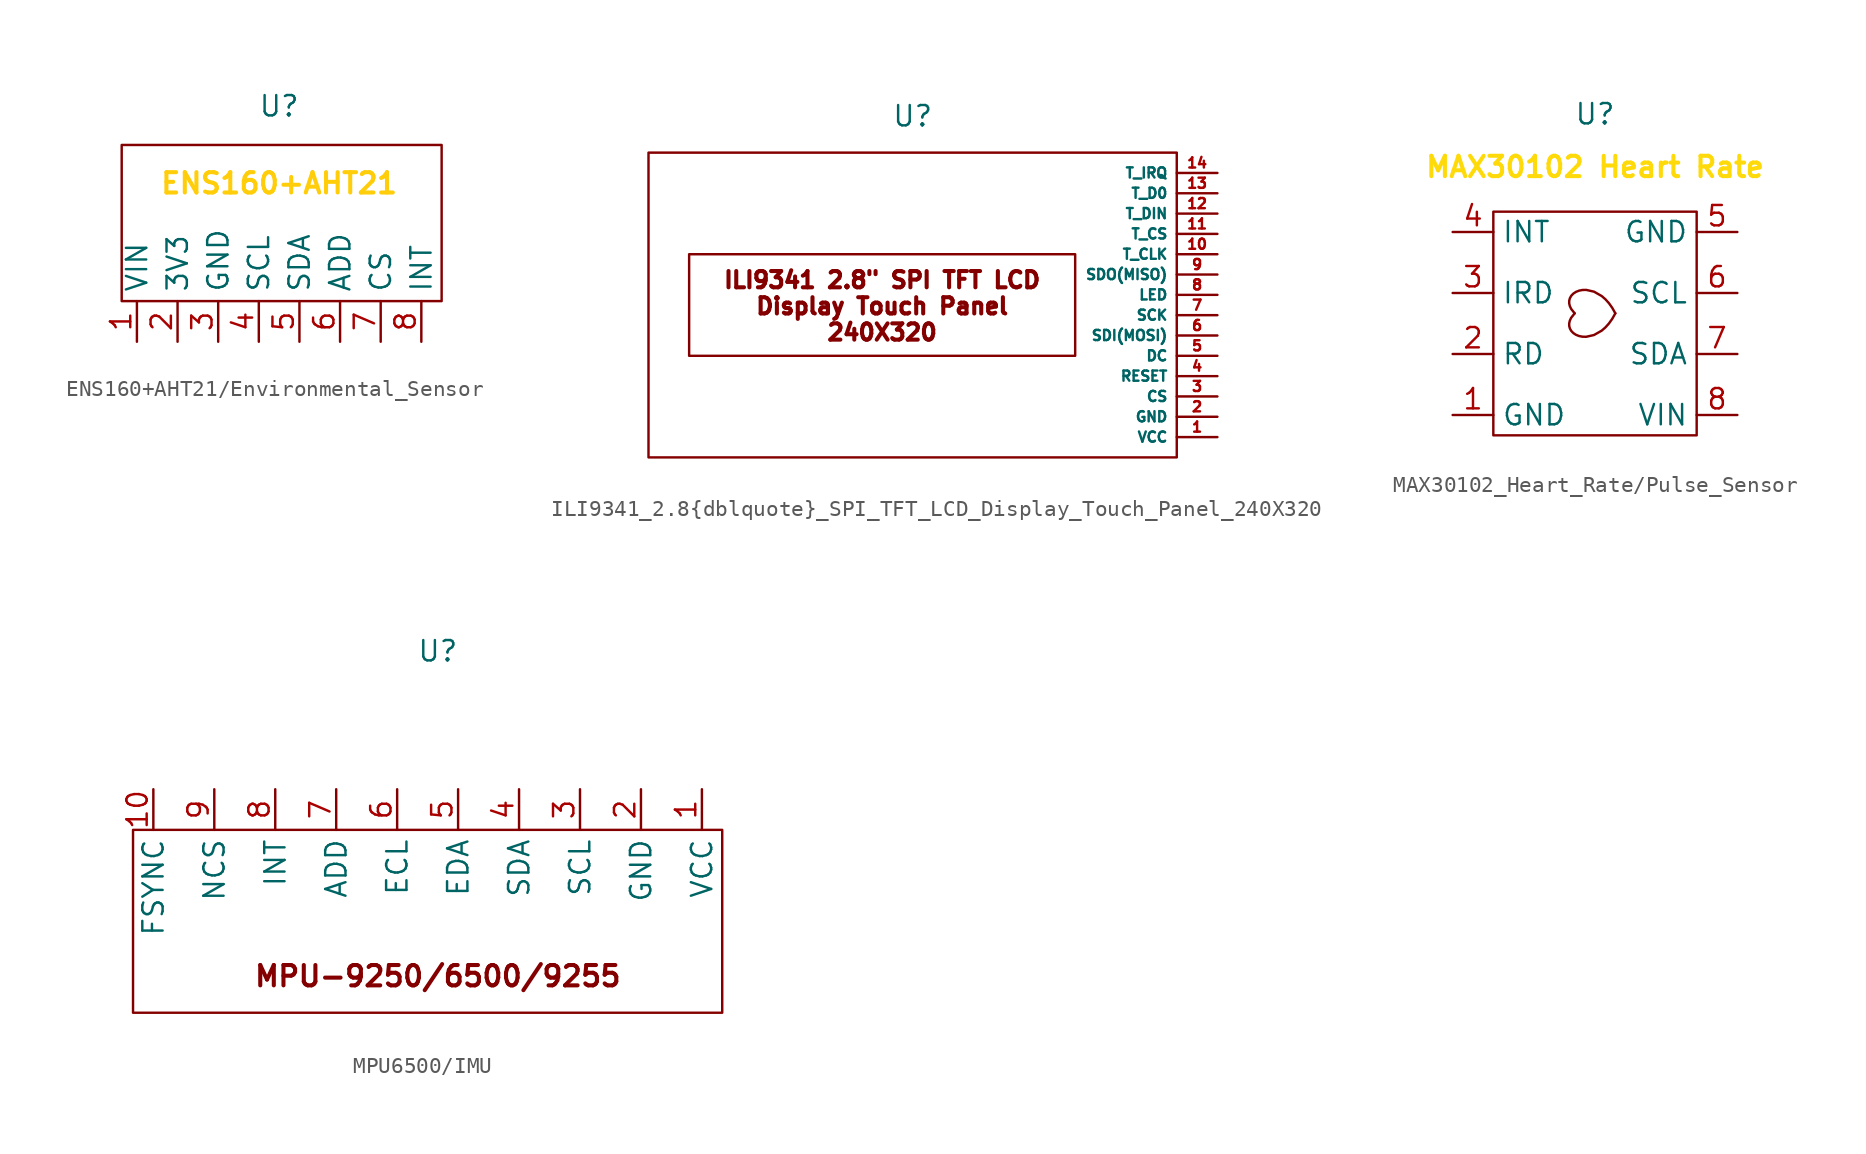
<source format=kicad_sym>
(kicad_symbol_lib
  (version 20241209)
  (generator "kicad_symbol_editor")
  (generator_version "9.0")
  (symbol "ENS160+AHT21/Environmental_Sensor"
    (property "Reference" "U"
      (at 0 7.112 0)
      (effects (font (size 1.27 1.27))))
    (property "Value" ""
      (at 1.27 0 0)
      (effects (font (size 1.27 1.27))))
    (symbol "ENS160+AHT21/Environmental_Sensor_0_1"
      (rectangle (start -9.842 4.683) (end 10.16 -5.08) (stroke (width 0) (type default)) (fill (type none))))
    (symbol "ENS160+AHT21/Environmental_Sensor_1_1"
      (text "ENS160+AHT21" (at 0 2.286 0) (effects (font (size 1.27 1.27) (thickness 0.254) (bold yes) (color 255 205 10 1))))
      (pin power_in line (at -8.89 -7.62 90) (length 2.54) (name "VIN" (effects (font (size 1.27 1.27)))) (number "1" (effects (font (size 1.27 1.27)))))
      (pin power_out line (at -6.35 -7.62 90) (length 2.54) (name "3V3" (effects (font (size 1.27 1.27)))) (number "2" (effects (font (size 1.27 1.27)))))
      (pin power_in line (at -3.81 -7.62 90) (length 2.54) (name "GND" (effects (font (size 1.27 1.27)))) (number "3" (effects (font (size 1.27 1.27)))))
      (pin input line (at -1.27 -7.62 90) (length 2.54) (name "SCL" (effects (font (size 1.27 1.27)))) (number "4" (effects (font (size 1.27 1.27)))))
      (pin bidirectional line (at 1.27 -7.62 90) (length 2.54) (name "SDA" (effects (font (size 1.27 1.27)))) (number "5" (effects (font (size 1.27 1.27)))))
      (pin input line (at 3.81 -7.62 90) (length 2.54) (name "ADD" (effects (font (size 1.27 1.27)))) (number "6" (effects (font (size 1.27 1.27)))))
      (pin input line (at 6.35 -7.62 90) (length 2.54) (name "CS" (effects (font (size 1.27 1.27)))) (number "7" (effects (font (size 1.27 1.27)))))
      (pin output line (at 8.89 -7.62 90) (length 2.54) (name "INT" (effects (font (size 1.27 1.27)))) (number "8" (effects (font (size 1.27 1.27)))))))
  (symbol "ILI9341_2.8{dblquote}_SPI_TFT_LCD_Display_Touch_Panel_240X320"
    (property "Reference" "U"
      (at 0 12.446 0)
      (effects (font (size 1.27 1.27))))
    (property "Value" ""
      (at 0 0 0)
      (effects (font (size 1.27 1.27))))
    (symbol "ILI9341_2.8{dblquote}_SPI_TFT_LCD_Display_Touch_Panel_240X320_0_1"
      (rectangle (start -16.51 10.16) (end 16.51 -8.89) (stroke (width 0) (type default)) (fill (type none))))
    (symbol "ILI9341_2.8{dblquote}_SPI_TFT_LCD_Display_Touch_Panel_240X320_1_1"
      (text_box "ILI9341 2.8\" SPI TFT LCD Display Touch Panel 240X320" (at -13.97 3.81 0) (size 24.13 -6.35) (margins 1.016 1.016 1.016 1.016) (stroke (width 0) (type solid)) (fill (type none)) (effects (font (size 1.016 1.016) (thickness 0.254) (bold yes)) (justify top)))
      (pin output line (at 19.05 8.89 180) (length 2.54) (name "T_IRQ" (effects (font (size 0.635 0.635)))) (number "14" (effects (font (size 0.635 0.635)))))
      (pin output line (at 19.05 7.62 180) (length 2.54) (name "T_D0" (effects (font (size 0.635 0.635)))) (number "13" (effects (font (size 0.635 0.635)))))
      (pin output line (at 19.05 6.35 180) (length 2.54) (name "T_DIN" (effects (font (size 0.635 0.635)))) (number "12" (effects (font (size 0.635 0.635)))))
      (pin input line (at 19.05 5.08 180) (length 2.54) (name "T_CS" (effects (font (size 0.635 0.635)))) (number "11" (effects (font (size 0.635 0.635)))))
      (pin input line (at 19.05 3.81 180) (length 2.54) (name "T_CLK" (effects (font (size 0.635 0.635)))) (number "10" (effects (font (size 0.635 0.635)))))
      (pin output line (at 19.05 2.54 180) (length 2.54) (name "SDO(MISO)" (effects (font (size 0.635 0.635)))) (number "9" (effects (font (size 0.635 0.635)))))
      (pin input line (at 19.05 1.27 180) (length 2.54) (name "LED" (effects (font (size 0.635 0.635)))) (number "8" (effects (font (size 0.635 0.635)))))
      (pin input line (at 19.05 0 180) (length 2.54) (name "SCK" (effects (font (size 0.635 0.635)))) (number "7" (effects (font (size 0.635 0.635)))))
      (pin input line (at 19.05 -1.27 180) (length 2.54) (name "SDI(MOSI)" (effects (font (size 0.635 0.635)))) (number "6" (effects (font (size 0.635 0.635)))))
      (pin output line (at 19.05 -2.54 180) (length 2.54) (name "DC" (effects (font (size 0.635 0.635)))) (number "5" (effects (font (size 0.635 0.635)))))
      (pin input line (at 19.05 -3.81 180) (length 2.54) (name "RESET" (effects (font (size 0.635 0.635)))) (number "4" (effects (font (size 0.635 0.635)))))
      (pin input line (at 19.05 -5.08 180) (length 2.54) (name "CS" (effects (font (size 0.635 0.635)))) (number "3" (effects (font (size 0.635 0.635)))))
      (pin power_in line (at 19.05 -6.35 180) (length 2.54) (name "GND" (effects (font (size 0.635 0.635)))) (number "2" (effects (font (size 0.635 0.635)))))
      (pin power_in line (at 19.05 -7.62 180) (length 2.54) (name "VCC" (effects (font (size 0.635 0.635)))) (number "1" (effects (font (size 0.635 0.635)))))))
  (symbol "MAX30102_Heart_Rate/Pulse_Sensor"
    (property "Reference" "U"
      (at 0 12.446 0)
      (effects (font (size 1.27 1.27))))
    (property "Value" ""
      (at -2.54 2.54 0)
      (effects (font (size 1.27 1.27))))
    (symbol "MAX30102_Heart_Rate/Pulse_Sensor_0_1"
      (rectangle (start -6.35 6.35) (end 6.35 -7.62) (stroke (width 0) (type default)) (fill (type none)))
      (bezier (pts (xy 1.27 0) (xy 0 2.54) (xy -2.54 1.27) (xy -1.27 0)) (stroke (width 0) (type default)) (fill (type none)))
      (bezier (pts (xy 1.27 0) (xy 0 -2.54) (xy -2.54 -1.27) (xy -1.27 0)) (stroke (width 0) (type default)) (fill (type none))))
    (symbol "MAX30102_Heart_Rate/Pulse_Sensor_1_1"
      (text "MAX30102 Heart Rate" (at 0 9.144 0) (effects (font (size 1.27 1.27) (thickness 0.254) (bold yes) (color 255 218 11 1))))
      (pin output line (at -8.89 5.08 0) (length 2.54) (name "INT" (effects (font (size 1.27 1.27)))) (number "4" (effects (font (size 1.27 1.27)))))
      (pin input line (at -8.89 1.27 0) (length 2.54) (name "IRD" (effects (font (size 1.27 1.27)))) (number "3" (effects (font (size 1.27 1.27)))))
      (pin input line (at -8.89 -2.54 0) (length 2.54) (name "RD" (effects (font (size 1.27 1.27)))) (number "2" (effects (font (size 1.27 1.27)))))
      (pin power_in line (at -8.89 -6.35 0) (length 2.54) (name "GND" (effects (font (size 1.27 1.27)))) (number "1" (effects (font (size 1.27 1.27)))))
      (pin power_in line (at 8.89 5.08 180) (length 2.54) (name "GND" (effects (font (size 1.27 1.27)))) (number "5" (effects (font (size 1.27 1.27)))))
      (pin input line (at 8.89 1.27 180) (length 2.54) (name "SCL" (effects (font (size 1.27 1.27)))) (number "6" (effects (font (size 1.27 1.27)))))
      (pin bidirectional line (at 8.89 -2.54 180) (length 2.54) (name "SDA" (effects (font (size 1.27 1.27)))) (number "7" (effects (font (size 1.27 1.27)))))
      (pin power_in line (at 8.89 -6.35 180) (length 2.54) (name "VIN" (effects (font (size 1.27 1.27)))) (number "8" (effects (font (size 1.27 1.27)))))))
  (symbol "MPU6500/IMU"
    (property "Reference" "U"
      (at 0 17.526 0)
      (effects (font (size 1.27 1.27))))
    (property "Value" ""
      (at 3.81 0 0)
      (effects (font (size 1.27 1.27))))
    (symbol "MPU6500/IMU_0_1"
      (rectangle (start -19.05 6.35) (end 17.78 -5.08) (stroke (width 0) (type default)) (fill (type none))))
    (symbol "MPU6500/IMU_1_1"
      (text "MPU-9250/6500/9255" (at 0 -2.794 0) (effects (font (size 1.27 1.27) (thickness 0.254) (bold yes))))
      (pin input line (at -17.78 8.89 270) (length 2.54) (name "FSYNC" (effects (font (size 1.27 1.27)))) (number "10" (effects (font (size 1.27 1.27)))))
      (pin input line (at -13.97 8.89 270) (length 2.54) (name "NCS" (effects (font (size 1.27 1.27)))) (number "9" (effects (font (size 1.27 1.27)))))
      (pin input line (at -10.16 8.89 270) (length 2.54) (name "INT" (effects (font (size 1.27 1.27)))) (number "8" (effects (font (size 1.27 1.27)))))
      (pin input line (at -6.35 8.89 270) (length 2.54) (name "ADD" (effects (font (size 1.27 1.27)))) (number "7" (effects (font (size 1.27 1.27)))))
      (pin input line (at -2.54 8.89 270) (length 2.54) (name "ECL" (effects (font (size 1.27 1.27)))) (number "6" (effects (font (size 1.27 1.27)))))
      (pin input line (at 1.27 8.89 270) (length 2.54) (name "EDA" (effects (font (size 1.27 1.27)))) (number "5" (effects (font (size 1.27 1.27)))))
      (pin output line (at 5.08 8.89 270) (length 2.54) (name "SDA" (effects (font (size 1.27 1.27)))) (number "4" (effects (font (size 1.27 1.27)))))
      (pin bidirectional line (at 8.89 8.89 270) (length 2.54) (name "SCL" (effects (font (size 1.27 1.27)))) (number "3" (effects (font (size 1.27 1.27)))))
      (pin power_in line (at 12.7 8.89 270) (length 2.54) (name "GND" (effects (font (size 1.27 1.27)))) (number "2" (effects (font (size 1.27 1.27)))))
      (pin power_in line (at 16.51 8.89 270) (length 2.54) (name "VCC" (effects (font (size 1.27 1.27)))) (number "1" (effects (font (size 1.27 1.27))))))))
</source>
